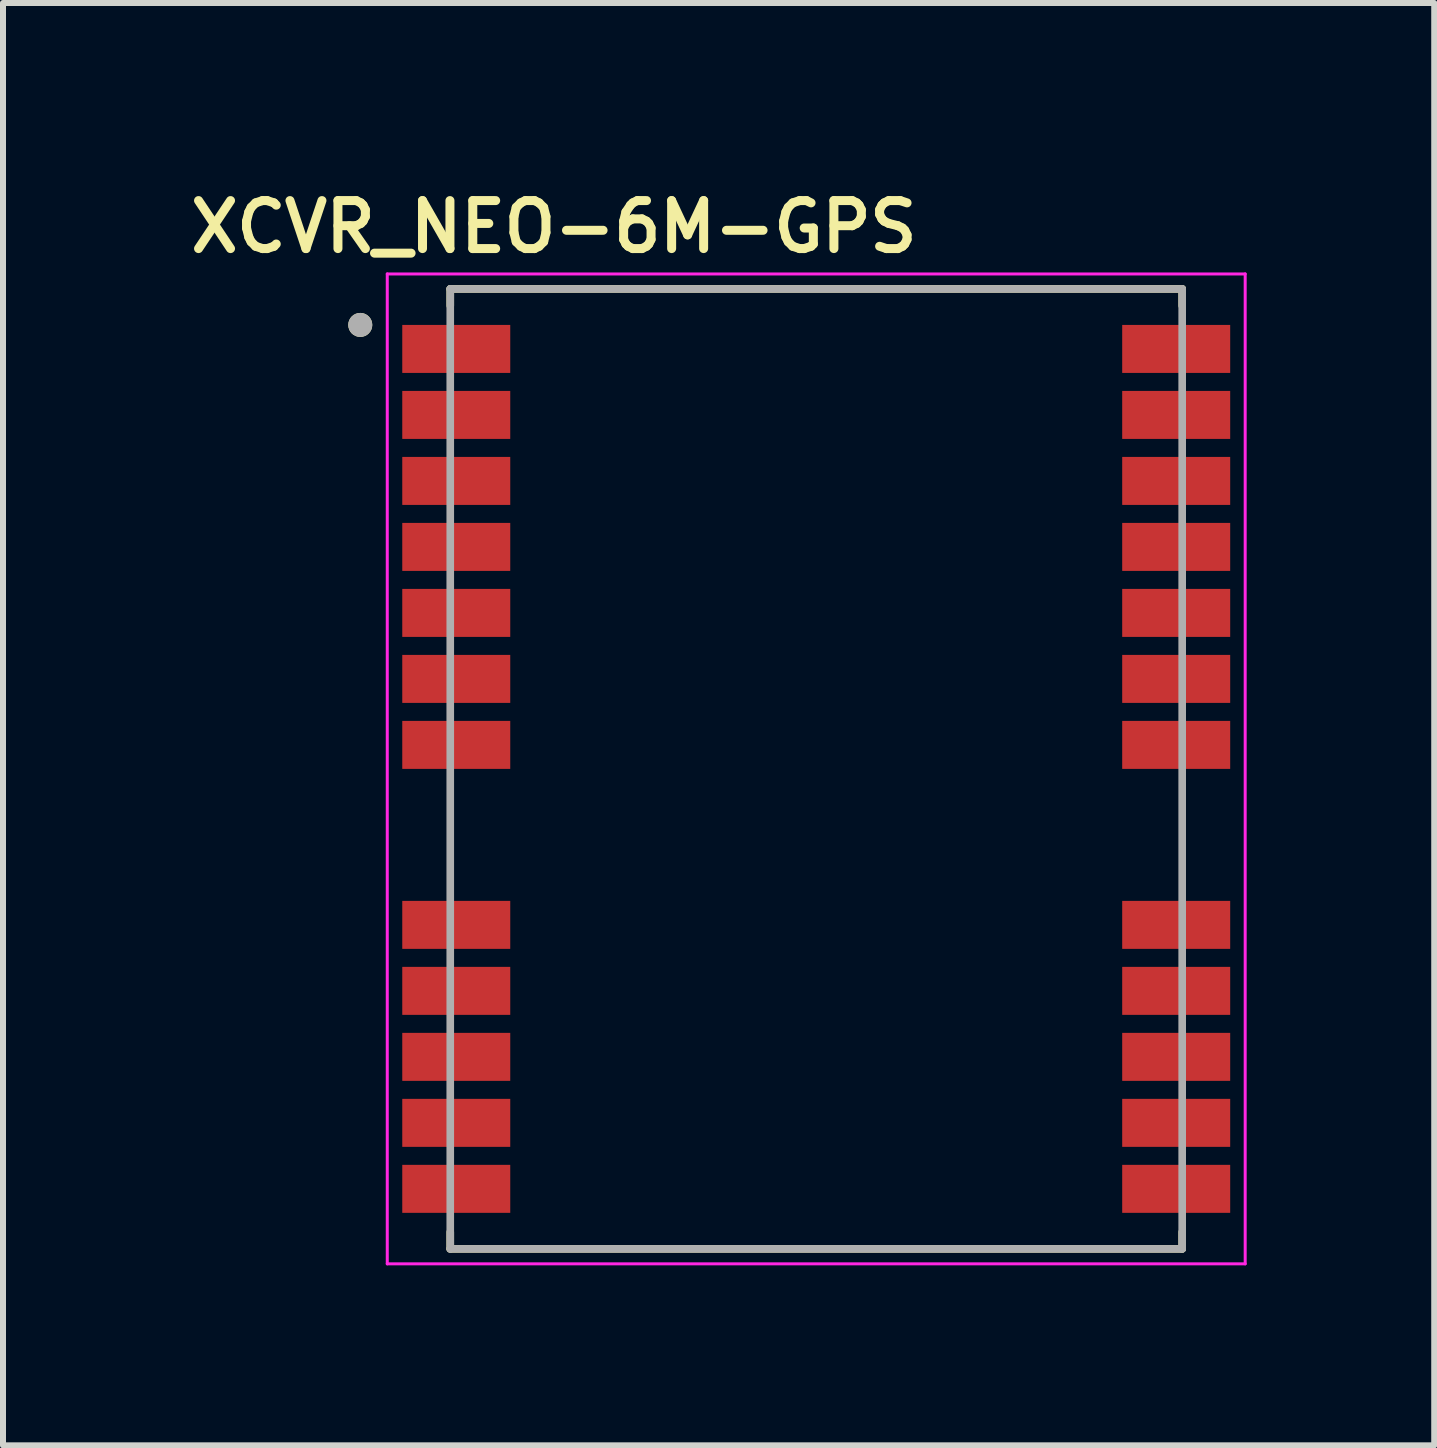
<source format=kicad_pcb>
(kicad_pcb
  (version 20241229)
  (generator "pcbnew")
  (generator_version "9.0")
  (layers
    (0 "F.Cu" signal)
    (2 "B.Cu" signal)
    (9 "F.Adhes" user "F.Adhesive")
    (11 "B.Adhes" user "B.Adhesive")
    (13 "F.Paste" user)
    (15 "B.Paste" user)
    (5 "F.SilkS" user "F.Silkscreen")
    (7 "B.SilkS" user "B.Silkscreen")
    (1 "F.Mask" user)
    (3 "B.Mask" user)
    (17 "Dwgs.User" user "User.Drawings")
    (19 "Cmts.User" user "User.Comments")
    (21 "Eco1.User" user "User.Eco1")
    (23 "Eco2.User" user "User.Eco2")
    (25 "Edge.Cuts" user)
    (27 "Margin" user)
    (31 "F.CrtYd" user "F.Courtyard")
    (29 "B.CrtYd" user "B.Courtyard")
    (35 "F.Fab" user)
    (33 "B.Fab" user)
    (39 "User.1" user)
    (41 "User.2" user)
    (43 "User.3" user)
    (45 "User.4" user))
  (footprint "XCVR_NEO-6M-GPS"
    (layer "F.Cu")
    (at 10.555 9.766)
    (property "Reference" "XCVR_NEO-6M-GPS" (at -4.372 -9.035 0) (layer "F.SilkS") (effects (font (size 0.8 0.8) (thickness 0.15))))
    (attr through_hole)
    (fp_line (start -6.1 -8) (end 6.1 -8) (stroke (width 0.127) (type solid)) (layer "F.SilkS"))
    (fp_line (start -6.1 -7.72) (end -6.1 -8) (stroke (width 0.127) (type solid)) (layer "F.SilkS"))
    (fp_line (start -6.1 7.72) (end -6.1 8) (stroke (width 0.127) (type solid)) (layer "F.SilkS"))
    (fp_line (start -6.1 8) (end 6.1 8) (stroke (width 0.127) (type solid)) (layer "F.SilkS"))
    (fp_line (start 6.1 -8) (end 6.1 -7.72) (stroke (width 0.127) (type solid)) (layer "F.SilkS"))
    (fp_line (start 6.1 8) (end 6.1 7.72) (stroke (width 0.127) (type solid)) (layer "F.SilkS"))
    (fp_circle (center -7.6 -7.4) (end -7.5 -7.4) (stroke (width 0.2) (type solid)) (fill no) (layer "F.SilkS"))
    (fp_poly (pts (xy -7.3 -6.6) (xy -6.1 -6.6) (xy -6.1 -6.7) (xy -5.2 -6.7) (xy -5.2 -7.3) (xy -6.1 -7.3) (xy -6.1 -7.4) (xy -7.3 -7.4)) (stroke (width 0.0001) (type solid)) (fill yes) (layer "F.Paste"))
    (fp_poly (pts (xy -7.3 -5.5) (xy -6.1 -5.5) (xy -6.1 -5.6) (xy -5.2 -5.6) (xy -5.2 -6.2) (xy -6.1 -6.2) (xy -6.1 -6.3) (xy -7.3 -6.3)) (stroke (width 0.0001) (type solid)) (fill yes) (layer "F.Paste"))
    (fp_poly (pts (xy -7.3 -4.4) (xy -6.1 -4.4) (xy -6.1 -4.5) (xy -5.2 -4.5) (xy -5.2 -5.1) (xy -6.1 -5.1) (xy -6.1 -5.2) (xy -7.3 -5.2)) (stroke (width 0.0001) (type solid)) (fill yes) (layer "F.Paste"))
    (fp_poly (pts (xy -7.3 -3.3) (xy -6.1 -3.3) (xy -6.1 -3.4) (xy -5.2 -3.4) (xy -5.2 -4) (xy -6.1 -4) (xy -6.1 -4.1) (xy -7.3 -4.1)) (stroke (width 0.0001) (type solid)) (fill yes) (layer "F.Paste"))
    (fp_poly (pts (xy -7.3 -2.2) (xy -6.1 -2.2) (xy -6.1 -2.3) (xy -5.2 -2.3) (xy -5.2 -2.9) (xy -6.1 -2.9) (xy -6.1 -3) (xy -7.3 -3)) (stroke (width 0.0001) (type solid)) (fill yes) (layer "F.Paste"))
    (fp_poly (pts (xy -7.3 -1.1) (xy -6.1 -1.1) (xy -6.1 -1.2) (xy -5.2 -1.2) (xy -5.2 -1.8) (xy -6.1 -1.8) (xy -6.1 -1.9) (xy -7.3 -1.9)) (stroke (width 0.0001) (type solid)) (fill yes) (layer "F.Paste"))
    (fp_poly (pts (xy -7.3 0) (xy -6.1 0) (xy -6.1 -0.1) (xy -5.2 -0.1) (xy -5.2 -0.7) (xy -6.1 -0.7) (xy -6.1 -0.8) (xy -7.3 -0.8)) (stroke (width 0.0001) (type solid)) (fill yes) (layer "F.Paste"))
    (fp_poly (pts (xy -7.3 2.2) (xy -6.1 2.2) (xy -6.1 2.3) (xy -5.2 2.3) (xy -5.2 2.9) (xy -6.1 2.9) (xy -6.1 3) (xy -7.3 3)) (stroke (width 0.0001) (type solid)) (fill yes) (layer "F.Paste"))
    (fp_poly (pts (xy -7.3 3.3) (xy -6.1 3.3) (xy -6.1 3.4) (xy -5.2 3.4) (xy -5.2 4) (xy -6.1 4) (xy -6.1 4.1) (xy -7.3 4.1)) (stroke (width 0.0001) (type solid)) (fill yes) (layer "F.Paste"))
    (fp_poly (pts (xy -7.3 4.4) (xy -6.1 4.4) (xy -6.1 4.5) (xy -5.2 4.5) (xy -5.2 5.1) (xy -6.1 5.1) (xy -6.1 5.2) (xy -7.3 5.2)) (stroke (width 0.0001) (type solid)) (fill yes) (layer "F.Paste"))
    (fp_poly (pts (xy -7.3 5.5) (xy -6.1 5.5) (xy -6.1 5.6) (xy -5.2 5.6) (xy -5.2 6.2) (xy -6.1 6.2) (xy -6.1 6.3) (xy -7.3 6.3)) (stroke (width 0.0001) (type solid)) (fill yes) (layer "F.Paste"))
    (fp_poly (pts (xy -7.3 6.6) (xy -6.1 6.6) (xy -6.1 6.7) (xy -5.2 6.7) (xy -5.2 7.3) (xy -6.1 7.3) (xy -6.1 7.4) (xy -7.3 7.4)) (stroke (width 0.0001) (type solid)) (fill yes) (layer "F.Paste"))
    (fp_poly (pts (xy 7.3 -6.6) (xy 6.1 -6.6) (xy 6.1 -6.7) (xy 5.2 -6.7) (xy 5.2 -7.3) (xy 6.1 -7.3) (xy 6.1 -7.4) (xy 7.3 -7.4)) (stroke (width 0.0001) (type solid)) (fill yes) (layer "F.Paste"))
    (fp_poly (pts (xy 7.3 -5.5) (xy 6.1 -5.5) (xy 6.1 -5.6) (xy 5.2 -5.6) (xy 5.2 -6.2) (xy 6.1 -6.2) (xy 6.1 -6.3) (xy 7.3 -6.3)) (stroke (width 0.0001) (type solid)) (fill yes) (layer "F.Paste"))
    (fp_poly (pts (xy 7.3 -4.4) (xy 6.1 -4.4) (xy 6.1 -4.5) (xy 5.2 -4.5) (xy 5.2 -5.1) (xy 6.1 -5.1) (xy 6.1 -5.2) (xy 7.3 -5.2)) (stroke (width 0.0001) (type solid)) (fill yes) (layer "F.Paste"))
    (fp_poly (pts (xy 7.3 -3.3) (xy 6.1 -3.3) (xy 6.1 -3.4) (xy 5.2 -3.4) (xy 5.2 -4) (xy 6.1 -4) (xy 6.1 -4.1) (xy 7.3 -4.1)) (stroke (width 0.0001) (type solid)) (fill yes) (layer "F.Paste"))
    (fp_poly (pts (xy 7.3 -2.2) (xy 6.1 -2.2) (xy 6.1 -2.3) (xy 5.2 -2.3) (xy 5.2 -2.9) (xy 6.1 -2.9) (xy 6.1 -3) (xy 7.3 -3)) (stroke (width 0.0001) (type solid)) (fill yes) (layer "F.Paste"))
    (fp_poly (pts (xy 7.3 -1.1) (xy 6.1 -1.1) (xy 6.1 -1.2) (xy 5.2 -1.2) (xy 5.2 -1.8) (xy 6.1 -1.8) (xy 6.1 -1.9) (xy 7.3 -1.9)) (stroke (width 0.0001) (type solid)) (fill yes) (layer "F.Paste"))
    (fp_poly (pts (xy 7.3 0) (xy 6.1 0) (xy 6.1 -0.1) (xy 5.2 -0.1) (xy 5.2 -0.7) (xy 6.1 -0.7) (xy 6.1 -0.8) (xy 7.3 -0.8)) (stroke (width 0.0001) (type solid)) (fill yes) (layer "F.Paste"))
    (fp_poly (pts (xy 7.3 2.2) (xy 6.1 2.2) (xy 6.1 2.3) (xy 5.2 2.3) (xy 5.2 2.9) (xy 6.1 2.9) (xy 6.1 3) (xy 7.3 3)) (stroke (width 0.0001) (type solid)) (fill yes) (layer "F.Paste"))
    (fp_poly (pts (xy 7.3 3.3) (xy 6.1 3.3) (xy 6.1 3.4) (xy 5.2 3.4) (xy 5.2 4) (xy 6.1 4) (xy 6.1 4.1) (xy 7.3 4.1)) (stroke (width 0.0001) (type solid)) (fill yes) (layer "F.Paste"))
    (fp_poly (pts (xy 7.3 4.4) (xy 6.1 4.4) (xy 6.1 4.5) (xy 5.2 4.5) (xy 5.2 5.1) (xy 6.1 5.1) (xy 6.1 5.2) (xy 7.3 5.2)) (stroke (width 0.0001) (type solid)) (fill yes) (layer "F.Paste"))
    (fp_poly (pts (xy 7.3 5.5) (xy 6.1 5.5) (xy 6.1 5.6) (xy 5.2 5.6) (xy 5.2 6.2) (xy 6.1 6.2) (xy 6.1 6.3) (xy 7.3 6.3)) (stroke (width 0.0001) (type solid)) (fill yes) (layer "F.Paste"))
    (fp_poly (pts (xy 7.3 6.6) (xy 6.1 6.6) (xy 6.1 6.7) (xy 5.2 6.7) (xy 5.2 7.3) (xy 6.1 7.3) (xy 6.1 7.4) (xy 7.3 7.4)) (stroke (width 0.0001) (type solid)) (fill yes) (layer "F.Paste"))
    (fp_line (start -7.15 -8.25) (end 7.15 -8.25) (stroke (width 0.05) (type solid)) (layer "F.CrtYd"))
    (fp_line (start -7.15 8.25) (end -7.15 -8.25) (stroke (width 0.05) (type solid)) (layer "F.CrtYd"))
    (fp_line (start 7.15 -8.25) (end 7.15 8.25) (stroke (width 0.05) (type solid)) (layer "F.CrtYd"))
    (fp_line (start 7.15 8.25) (end -7.15 8.25) (stroke (width 0.05) (type solid)) (layer "F.CrtYd"))
    (fp_line (start -6.1 -8) (end 6.1 -8) (stroke (width 0.127) (type solid)) (layer "F.Fab"))
    (fp_line (start -6.1 8) (end -6.1 -8) (stroke (width 0.127) (type solid)) (layer "F.Fab"))
    (fp_line (start 6.1 -8) (end 6.1 8) (stroke (width 0.127) (type solid)) (layer "F.Fab"))
    (fp_line (start 6.1 8) (end -6.1 8) (stroke (width 0.127) (type solid)) (layer "F.Fab"))
    (fp_circle (center -7.6 -7.4) (end -7.5 -7.4) (stroke (width 0.2) (type solid)) (fill no) (layer "F.Fab"))
    (pad "1" smd rect (at -6 -7 180) (size 1.8 0.8) (layers "F.Cu" "F.Mask"))
    (pad "2" smd rect (at -6 -5.9 180) (size 1.8 0.8) (layers "F.Cu" "F.Mask"))
    (pad "3" smd rect (at -6 -4.8 180) (size 1.8 0.8) (layers "F.Cu" "F.Mask"))
    (pad "4" smd rect (at -6 -3.7 180) (size 1.8 0.8) (layers "F.Cu" "F.Mask"))
    (pad "5" smd rect (at -6 -2.6 180) (size 1.8 0.8) (layers "F.Cu" "F.Mask"))
    (pad "6" smd rect (at -6 -1.5 180) (size 1.8 0.8) (layers "F.Cu" "F.Mask"))
    (pad "7" smd rect (at -6 -0.4 180) (size 1.8 0.8) (layers "F.Cu" "F.Mask"))
    (pad "8" smd rect (at -6 2.6 180) (size 1.8 0.8) (layers "F.Cu" "F.Mask"))
    (pad "9" smd rect (at -6 3.7 180) (size 1.8 0.8) (layers "F.Cu" "F.Mask"))
    (pad "10" smd rect (at -6 4.8 180) (size 1.8 0.8) (layers "F.Cu" "F.Mask"))
    (pad "11" smd rect (at -6 5.9 180) (size 1.8 0.8) (layers "F.Cu" "F.Mask"))
    (pad "12" smd rect (at -6 7 180) (size 1.8 0.8) (layers "F.Cu" "F.Mask"))
    (pad "13" smd rect (at 6 7 180) (size 1.8 0.8) (layers "F.Cu" "F.Mask"))
    (pad "14" smd rect (at 6 5.9 180) (size 1.8 0.8) (layers "F.Cu" "F.Mask"))
    (pad "15" smd rect (at 6 4.8 180) (size 1.8 0.8) (layers "F.Cu" "F.Mask"))
    (pad "16" smd rect (at 6 3.7 180) (size 1.8 0.8) (layers "F.Cu" "F.Mask"))
    (pad "17" smd rect (at 6 2.6 180) (size 1.8 0.8) (layers "F.Cu" "F.Mask"))
    (pad "18" smd rect (at 6 -0.4 180) (size 1.8 0.8) (layers "F.Cu" "F.Mask"))
    (pad "19" smd rect (at 6 -1.5 180) (size 1.8 0.8) (layers "F.Cu" "F.Mask"))
    (pad "20" smd rect (at 6 -2.6 180) (size 1.8 0.8) (layers "F.Cu" "F.Mask"))
    (pad "21" smd rect (at 6 -3.7 180) (size 1.8 0.8) (layers "F.Cu" "F.Mask"))
    (pad "22" smd rect (at 6 -4.8 180) (size 1.8 0.8) (layers "F.Cu" "F.Mask"))
    (pad "23" smd rect (at 6 -5.9 180) (size 1.8 0.8) (layers "F.Cu" "F.Mask"))
    (pad "24" smd rect (at 6 -7 180) (size 1.8 0.8) (layers "F.Cu" "F.Mask")))
  (gr_rect
    (start -3 -3)
    (end 20.856 21.041)
    (stroke (width 0.1) (type default))
    (fill no)
    (layer "Edge.Cuts")))
</source>
